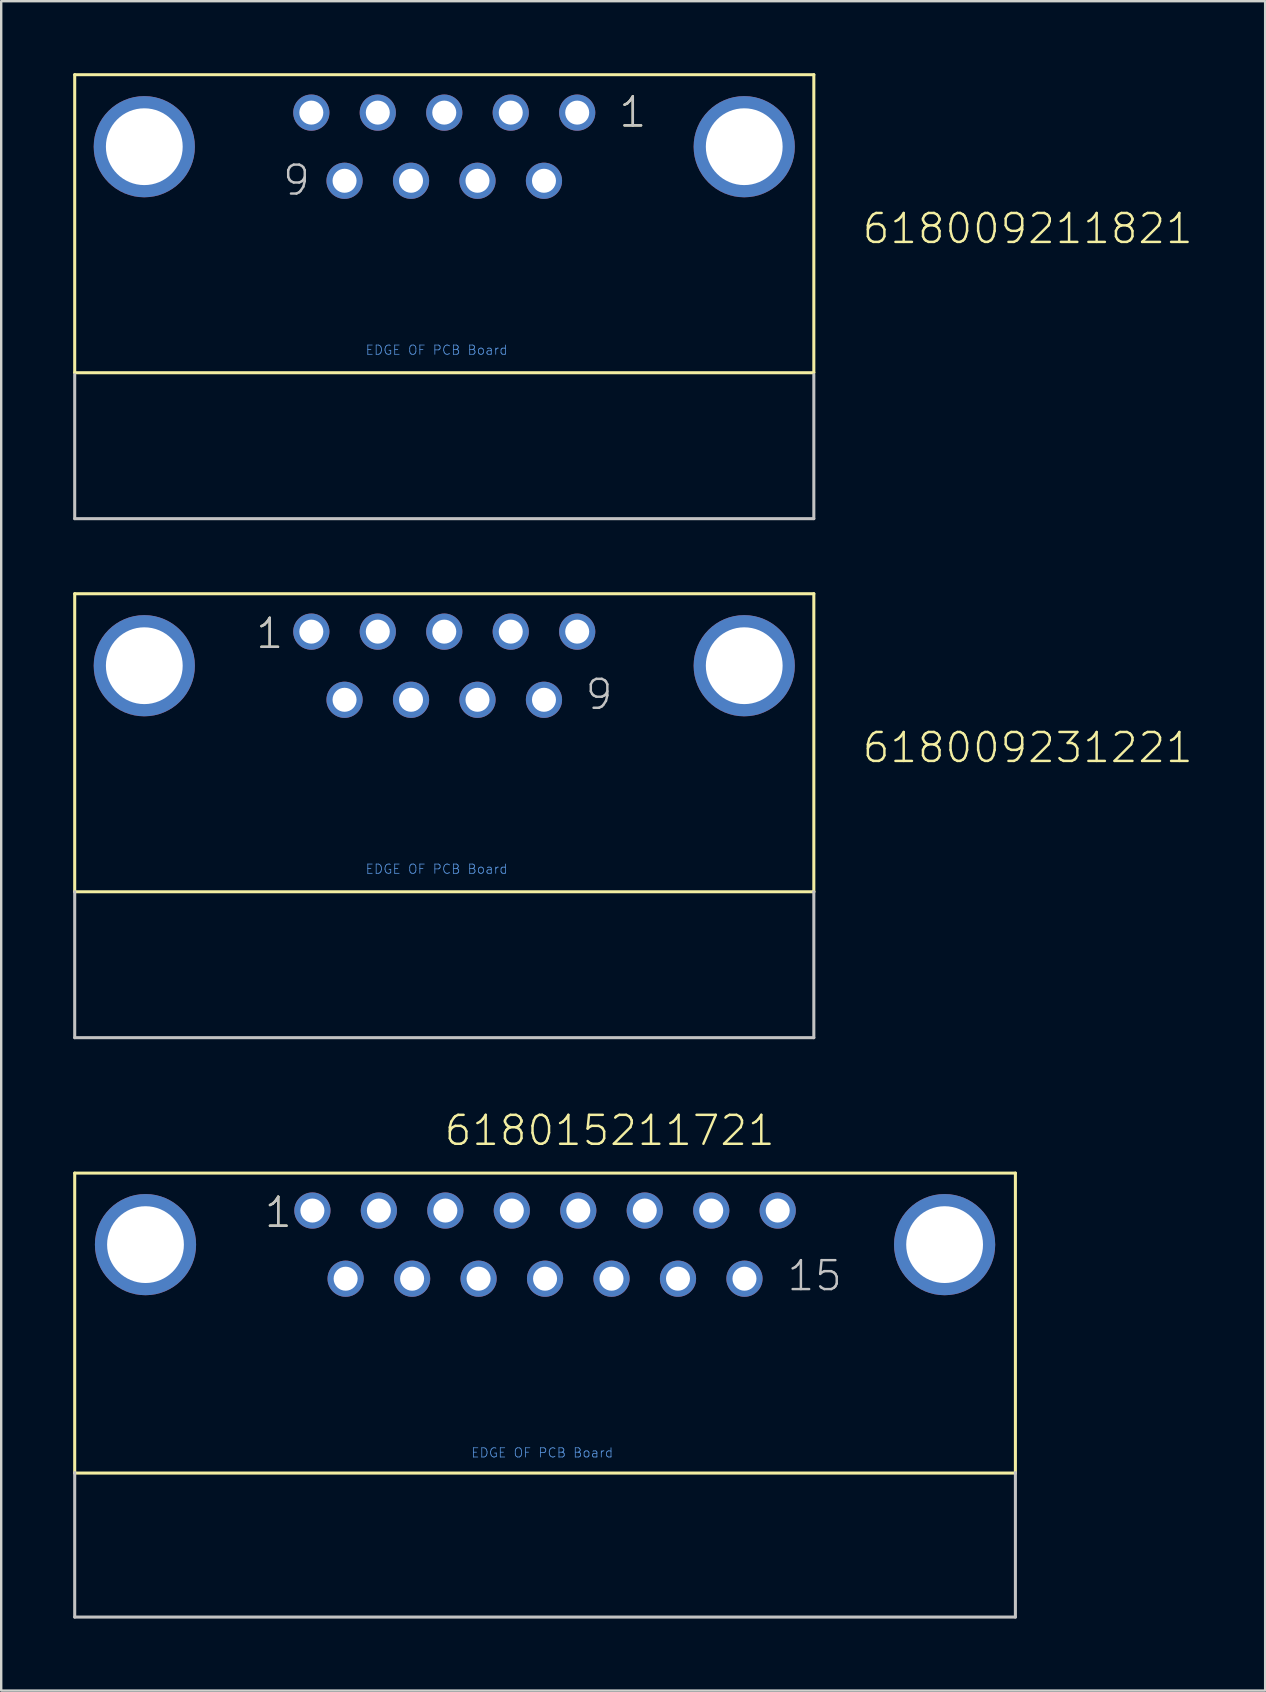
<source format=kicad_pcb>
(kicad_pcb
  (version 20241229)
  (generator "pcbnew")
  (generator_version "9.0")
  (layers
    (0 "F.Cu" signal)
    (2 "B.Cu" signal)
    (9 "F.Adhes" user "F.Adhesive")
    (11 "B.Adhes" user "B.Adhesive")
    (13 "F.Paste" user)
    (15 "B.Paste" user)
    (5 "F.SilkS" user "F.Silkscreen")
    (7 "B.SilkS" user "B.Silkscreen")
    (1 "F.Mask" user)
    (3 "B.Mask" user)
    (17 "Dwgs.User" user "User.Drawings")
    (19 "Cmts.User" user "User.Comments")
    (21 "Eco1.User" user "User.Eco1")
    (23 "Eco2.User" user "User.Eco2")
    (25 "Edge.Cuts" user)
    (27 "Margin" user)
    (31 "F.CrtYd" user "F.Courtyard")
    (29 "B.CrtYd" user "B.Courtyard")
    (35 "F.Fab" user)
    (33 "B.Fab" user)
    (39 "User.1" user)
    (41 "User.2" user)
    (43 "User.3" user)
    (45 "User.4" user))
  (footprint "618009231221"
    (layer "F.Cu")
    (at 15.463 24.691)
    (property "Reference" "618009231221" (at 17.355 4.12 0) (layer "F.SilkS") (effects (font (size 1.206 1.206) (thickness 0.102)) (justify left bottom)))
    (attr through_hole)
    (fp_line (start -15.4 -3) (end 15.4 -3) (stroke (width 0.127) (type solid)) (layer "F.SilkS"))
    (fp_line (start -15.4 9.42) (end -15.4 -3) (stroke (width 0.127) (type solid)) (layer "F.SilkS"))
    (fp_line (start 15.4 -3) (end 15.4 9.42) (stroke (width 0.127) (type solid)) (layer "F.SilkS"))
    (fp_line (start 15.4 9.42) (end -15.4 9.42) (stroke (width 0.127) (type solid)) (layer "F.SilkS"))
    (fp_line (start -15.4 15.5) (end -15.4 9.42) (stroke (width 0.127) (type solid)) (layer "Dwgs.User"))
    (fp_line (start 15.4 9.42) (end 15.4 15.5) (stroke (width 0.127) (type solid)) (layer "Dwgs.User"))
    (fp_line (start 15.4 15.5) (end -15.4 15.5) (stroke (width 0.127) (type solid)) (layer "Dwgs.User"))
    (fp_text user "1" (at -7.915 -0.635 0) (layer "F.SilkS") (effects (font (size 1.206 1.206) (thickness 0.102)) (justify left bottom)))
    (fp_text user "9" (at 5.81 1.905 0) (layer "Dwgs.User") (effects (font (size 1.206 1.206) (thickness 0.102)) (justify left bottom)))
    (fp_text user "1" (at -7.915 -0.635 0) (layer "Dwgs.User") (effects (font (size 1.206 1.206) (thickness 0.102)) (justify left bottom)))
    (fp_text user "EDGE OF PCB Board" (at -3.3 8.7 0) (layer "Cmts.User") (effects (font (size 0.386 0.386) (thickness 0.033)) (justify left bottom)))
    (pad "1" thru_hole circle (at -5.54 -1.42) (size 1.508 1.508) (drill 1) (layers "*.Cu" "*.Mask"))
    (pad "2" thru_hole circle (at -2.77 -1.42) (size 1.508 1.508) (drill 1) (layers "*.Cu" "*.Mask"))
    (pad "3" thru_hole circle (at 0 -1.42) (size 1.508 1.508) (drill 1) (layers "*.Cu" "*.Mask"))
    (pad "4" thru_hole circle (at 2.77 -1.42) (size 1.508 1.508) (drill 1) (layers "*.Cu" "*.Mask"))
    (pad "5" thru_hole circle (at 5.54 -1.42) (size 1.508 1.508) (drill 1) (layers "*.Cu" "*.Mask"))
    (pad "6" thru_hole circle (at -4.155 1.42) (size 1.508 1.508) (drill 1) (layers "*.Cu" "*.Mask"))
    (pad "7" thru_hole circle (at -1.385 1.42) (size 1.508 1.508) (drill 1) (layers "*.Cu" "*.Mask"))
    (pad "8" thru_hole circle (at 1.385 1.42) (size 1.508 1.508) (drill 1) (layers "*.Cu" "*.Mask"))
    (pad "9" thru_hole circle (at 4.155 1.42) (size 1.508 1.508) (drill 1) (layers "*.Cu" "*.Mask"))
    (pad "SHEL" thru_hole circle (at -12.5 0) (size 4.216 4.216) (drill 3.2) (layers "*.Cu" "*.Mask"))
    (pad "SHEL" thru_hole circle (at 12.5 0) (size 4.216 4.216) (drill 3.2) (layers "*.Cu" "*.Mask")))
  (footprint "618009211821"
    (layer "F.Cu")
    (at 15.463 3.063)
    (property "Reference" "618009211821" (at 17.355 4.12 0) (layer "F.SilkS") (effects (font (size 1.206 1.206) (thickness 0.102)) (justify left bottom)))
    (attr through_hole)
    (fp_line (start -15.4 -3) (end 15.4 -3) (stroke (width 0.127) (type solid)) (layer "F.SilkS"))
    (fp_line (start -15.4 9.42) (end -15.4 -3) (stroke (width 0.127) (type solid)) (layer "F.SilkS"))
    (fp_line (start 15.4 -3) (end 15.4 9.42) (stroke (width 0.127) (type solid)) (layer "F.SilkS"))
    (fp_line (start 15.4 9.42) (end -15.4 9.42) (stroke (width 0.127) (type solid)) (layer "F.SilkS"))
    (fp_line (start -15.4 15.5) (end -15.4 9.5) (stroke (width 0.127) (type solid)) (layer "Dwgs.User"))
    (fp_line (start 15.4 9.5) (end 15.4 15.5) (stroke (width 0.127) (type solid)) (layer "Dwgs.User"))
    (fp_line (start 15.4 15.5) (end -15.4 15.5) (stroke (width 0.127) (type solid)) (layer "Dwgs.User"))
    (fp_text user "1" (at 7.215 -0.735 0) (layer "F.SilkS") (effects (font (size 1.206 1.206) (thickness 0.102)) (justify left bottom)))
    (fp_text user "1" (at 7.215 -0.735 0) (layer "Dwgs.User") (effects (font (size 1.206 1.206) (thickness 0.102)) (justify left bottom)))
    (fp_text user "9" (at -6.8 2.105 0) (layer "Dwgs.User") (effects (font (size 1.206 1.206) (thickness 0.102)) (justify left bottom)))
    (fp_text user "EDGE OF PCB Board" (at -3.3 8.7 0) (layer "Cmts.User") (effects (font (size 0.386 0.386) (thickness 0.033)) (justify left bottom)))
    (pad "1" thru_hole circle (at 5.54 -1.42) (size 1.508 1.508) (drill 1) (layers "*.Cu" "*.Mask"))
    (pad "2" thru_hole circle (at 2.77 -1.42) (size 1.508 1.508) (drill 1) (layers "*.Cu" "*.Mask"))
    (pad "3" thru_hole circle (at 0 -1.42) (size 1.508 1.508) (drill 1) (layers "*.Cu" "*.Mask"))
    (pad "4" thru_hole circle (at -2.77 -1.42) (size 1.508 1.508) (drill 1) (layers "*.Cu" "*.Mask"))
    (pad "5" thru_hole circle (at -5.54 -1.42) (size 1.508 1.508) (drill 1) (layers "*.Cu" "*.Mask"))
    (pad "6" thru_hole circle (at 4.155 1.42) (size 1.508 1.508) (drill 1) (layers "*.Cu" "*.Mask"))
    (pad "7" thru_hole circle (at 1.385 1.42) (size 1.508 1.508) (drill 1) (layers "*.Cu" "*.Mask"))
    (pad "8" thru_hole circle (at -1.385 1.42) (size 1.508 1.508) (drill 1) (layers "*.Cu" "*.Mask"))
    (pad "9" thru_hole circle (at -4.155 1.42) (size 1.508 1.508) (drill 1) (layers "*.Cu" "*.Mask"))
    (pad "Z1" thru_hole circle (at -12.5 0) (size 4.216 4.216) (drill 3.2) (layers "*.Cu" "*.Mask"))
    (pad "Z2" thru_hole circle (at 12.5 0) (size 4.216 4.216) (drill 3.2) (layers "*.Cu" "*.Mask")))
  (footprint "618015211721"
    (layer "F.Cu")
    (at 19.663 48.815)
    (property "Reference" "618015211721" (at -4.265 -4.05 0) (layer "F.SilkS") (effects (font (size 1.206 1.206) (thickness 0.102)) (justify left bottom)))
    (attr through_hole)
    (fp_line (start -19.6 -2.98) (end 19.6 -2.98) (stroke (width 0.127) (type solid)) (layer "F.SilkS"))
    (fp_line (start -19.6 9.52) (end -19.6 -2.98) (stroke (width 0.127) (type solid)) (layer "F.SilkS"))
    (fp_line (start 19.6 -2.98) (end 19.6 9.52) (stroke (width 0.127) (type solid)) (layer "F.SilkS"))
    (fp_line (start 19.6 9.52) (end -19.6 9.52) (stroke (width 0.127) (type solid)) (layer "F.SilkS"))
    (fp_line (start -19.6 15.52) (end -19.6 9.5) (stroke (width 0.127) (type solid)) (layer "Dwgs.User"))
    (fp_line (start 19.6 9.5) (end 19.6 15.52) (stroke (width 0.127) (type solid)) (layer "Dwgs.User"))
    (fp_line (start 19.6 15.52) (end -19.6 15.52) (stroke (width 0.127) (type solid)) (layer "Dwgs.User"))
    (fp_text user "1" (at -11.76 -0.635 0) (layer "F.SilkS") (effects (font (size 1.206 1.206) (thickness 0.102)) (justify left bottom)))
    (fp_text user "15" (at 10.02 2.005 0) (layer "Dwgs.User") (effects (font (size 1.206 1.206) (thickness 0.102)) (justify left bottom)))
    (fp_text user "1" (at -11.76 -0.635 0) (layer "Dwgs.User") (effects (font (size 1.206 1.206) (thickness 0.102)) (justify left bottom)))
    (fp_text user "EDGE OF PCB Board" (at -3.1 8.9 0) (layer "Cmts.User") (effects (font (size 0.386 0.386) (thickness 0.033)) (justify left bottom)))
    (pad "1" thru_hole circle (at -9.695 -1.42) (size 1.508 1.508) (drill 1) (layers "*.Cu" "*.Mask"))
    (pad "2" thru_hole circle (at -6.925 -1.42) (size 1.508 1.508) (drill 1) (layers "*.Cu" "*.Mask"))
    (pad "3" thru_hole circle (at -4.155 -1.42) (size 1.508 1.508) (drill 1) (layers "*.Cu" "*.Mask"))
    (pad "4" thru_hole circle (at -1.385 -1.42) (size 1.508 1.508) (drill 1) (layers "*.Cu" "*.Mask"))
    (pad "5" thru_hole circle (at 1.385 -1.42) (size 1.508 1.508) (drill 1) (layers "*.Cu" "*.Mask"))
    (pad "6" thru_hole circle (at 4.155 -1.42) (size 1.508 1.508) (drill 1) (layers "*.Cu" "*.Mask"))
    (pad "7" thru_hole circle (at 6.925 -1.42) (size 1.508 1.508) (drill 1) (layers "*.Cu" "*.Mask"))
    (pad "8" thru_hole circle (at 9.695 -1.42) (size 1.508 1.508) (drill 1) (layers "*.Cu" "*.Mask"))
    (pad "9" thru_hole circle (at -8.31 1.42) (size 1.508 1.508) (drill 1) (layers "*.Cu" "*.Mask"))
    (pad "10" thru_hole circle (at -5.54 1.42) (size 1.508 1.508) (drill 1) (layers "*.Cu" "*.Mask"))
    (pad "11" thru_hole circle (at -2.77 1.42) (size 1.508 1.508) (drill 1) (layers "*.Cu" "*.Mask"))
    (pad "12" thru_hole circle (at 0 1.42) (size 1.508 1.508) (drill 1) (layers "*.Cu" "*.Mask"))
    (pad "13" thru_hole circle (at 2.77 1.42) (size 1.508 1.508) (drill 1) (layers "*.Cu" "*.Mask"))
    (pad "14" thru_hole circle (at 5.54 1.42) (size 1.508 1.508) (drill 1) (layers "*.Cu" "*.Mask"))
    (pad "15" thru_hole circle (at 8.31 1.42) (size 1.508 1.508) (drill 1) (layers "*.Cu" "*.Mask"))
    (pad "SHEL" thru_hole circle (at -16.65 0) (size 4.216 4.216) (drill 3.2) (layers "*.Cu" "*.Mask"))
    (pad "SHEL" thru_hole circle (at 16.65 0) (size 4.216 4.216) (drill 3.2) (layers "*.Cu" "*.Mask")))
  (gr_rect
    (start -3 -3)
    (end 49.671 67.399)
    (stroke (width 0.1) (type default))
    (fill no)
    (layer "Edge.Cuts")))
</source>
